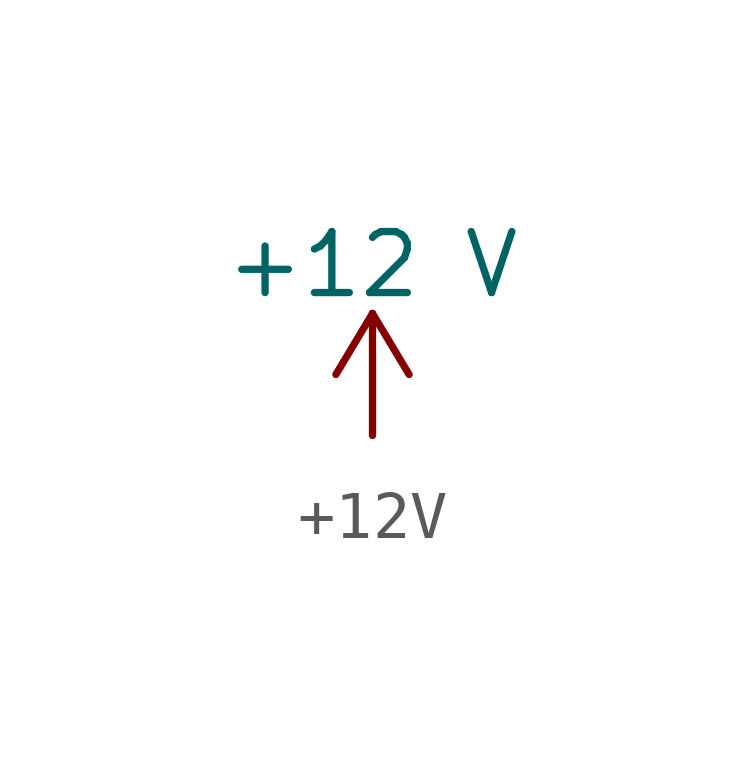
<source format=kicad_sym>
(kicad_symbol_lib
  (version 20231120)
  (generator "kicad_symbol_editor")
  (generator_version "8.0")
  (symbol "+12V"
    (power)
    (pin_numbers hide)
    (pin_names
      (offset 0) hide)
    (property "Reference" "#PWR"
      (at 0 -3.81 0)
      (effects (font (size 1.27 1.27)) (hide yes)))
    (property "Value" "+12 V"
      (at 0 3.556 0)
      (effects (font (size 1.27 1.27))))
    (symbol "+12V_0_1"
      (polyline (pts (xy -0.762 1.27) (xy 0 2.54)) (stroke (width 0) (type solid)) (fill (type none)))
      (polyline (pts (xy 0 0) (xy 0 2.54)) (stroke (width 0) (type solid)) (fill (type none)))
      (polyline (pts (xy 0 2.54) (xy 0.762 1.27)) (stroke (width 0) (type solid)) (fill (type none))))
    (symbol "+12V_1_1"
      (pin power_in line (at 0 0 90) (length 0) hide (name "+10V" (effects (font (size 1.27 1.27)))) (number "1" (effects (font (size 1.27 1.27))))))))
</source>
